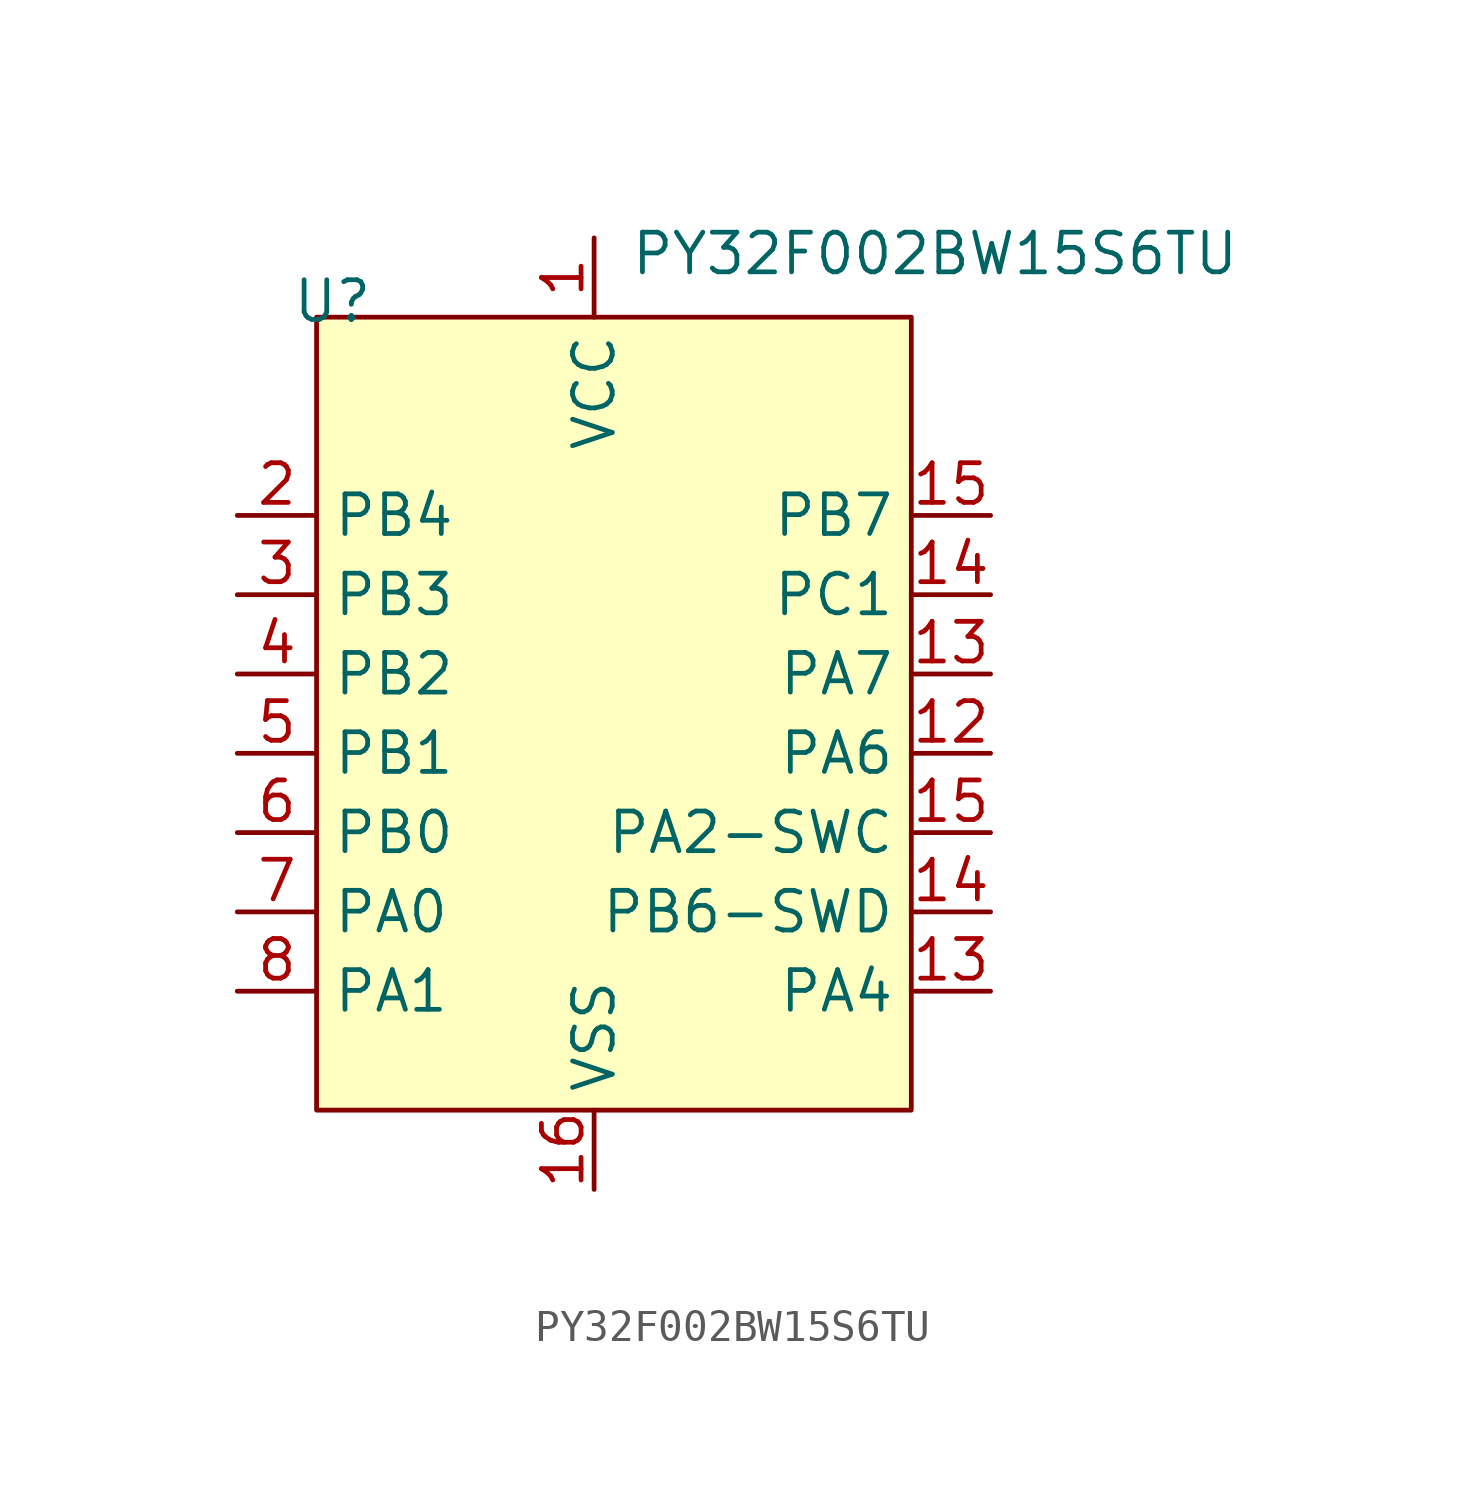
<source format=kicad_sym>
(kicad_symbol_lib
  (version 20231120)
  (generator "kicad_symbol_editor")
  (generator_version "8.0")
  (symbol "PY32F002BW15S6TU"
    (property "Reference" "U"
      (at -8.382 0.508 0)
      (effects (font (size 1.27 1.27))))
    (property "Value" "PY32F002BW15S6TU"
      (at 10.922 2.032 0)
      (effects (font (size 1.27 1.27))))
    (property "LCSC" ""
      (at 0 0 0)
      (effects (font (size 1.27 1.27))))
    (symbol "PY32F002BW15S6TU_1_1"
      (rectangle (start -8.89 0) (end 10.16 -25.4) (stroke (width 0) (type default)) (fill (type background)))
      (pin power_in line (at 0 2.54 270) (length 2.54) (name "VCC" (effects (font (size 1.27 1.27)))) (number "1" (effects (font (size 1.27 1.27)))))
      (pin bidirectional line (at 12.7 -13.97 180) (length 2.54) (name "PA6" (effects (font (size 1.27 1.27)))) (number "12" (effects (font (size 1.27 1.27)))))
      (pin bidirectional line (at 12.7 -21.59 180) (length 2.54) (name "PA4" (effects (font (size 1.27 1.27)))) (number "13" (effects (font (size 1.27 1.27)))))
      (pin bidirectional line (at 12.7 -11.43 180) (length 2.54) (name "PA7" (effects (font (size 1.27 1.27)))) (number "13" (effects (font (size 1.27 1.27)))))
      (pin bidirectional line (at 12.7 -19.05 180) (length 2.54) (name "PB6-SWD" (effects (font (size 1.27 1.27)))) (number "14" (effects (font (size 1.27 1.27)))))
      (pin bidirectional line (at 12.7 -8.89 180) (length 2.54) (name "PC1" (effects (font (size 1.27 1.27)))) (number "14" (effects (font (size 1.27 1.27)))))
      (pin bidirectional line (at 12.7 -16.51 180) (length 2.54) (name "PA2-SWC" (effects (font (size 1.27 1.27)))) (number "15" (effects (font (size 1.27 1.27)))))
      (pin bidirectional line (at 12.7 -6.35 180) (length 2.54) (name "PB7" (effects (font (size 1.27 1.27)))) (number "15" (effects (font (size 1.27 1.27)))))
      (pin power_in line (at 0 -27.94 90) (length 2.54) (name "VSS" (effects (font (size 1.27 1.27)))) (number "16" (effects (font (size 1.27 1.27)))))
      (pin bidirectional line (at -11.43 -6.35 0) (length 2.54) (name "PB4" (effects (font (size 1.27 1.27)))) (number "2" (effects (font (size 1.27 1.27)))))
      (pin bidirectional line (at -11.43 -8.89 0) (length 2.54) (name "PB3" (effects (font (size 1.27 1.27)))) (number "3" (effects (font (size 1.27 1.27)))))
      (pin bidirectional line (at -11.43 -11.43 0) (length 2.54) (name "PB2" (effects (font (size 1.27 1.27)))) (number "4" (effects (font (size 1.27 1.27)))))
      (pin bidirectional line (at -11.43 -13.97 0) (length 2.54) (name "PB1" (effects (font (size 1.27 1.27)))) (number "5" (effects (font (size 1.27 1.27)))))
      (pin bidirectional line (at -11.43 -16.51 0) (length 2.54) (name "PB0" (effects (font (size 1.27 1.27)))) (number "6" (effects (font (size 1.27 1.27)))))
      (pin bidirectional line (at -11.43 -19.05 0) (length 2.54) (name "PA0" (effects (font (size 1.27 1.27)))) (number "7" (effects (font (size 1.27 1.27)))))
      (pin bidirectional line (at -11.43 -21.59 0) (length 2.54) (name "PA1" (effects (font (size 1.27 1.27)))) (number "8" (effects (font (size 1.27 1.27))))))))
</source>
